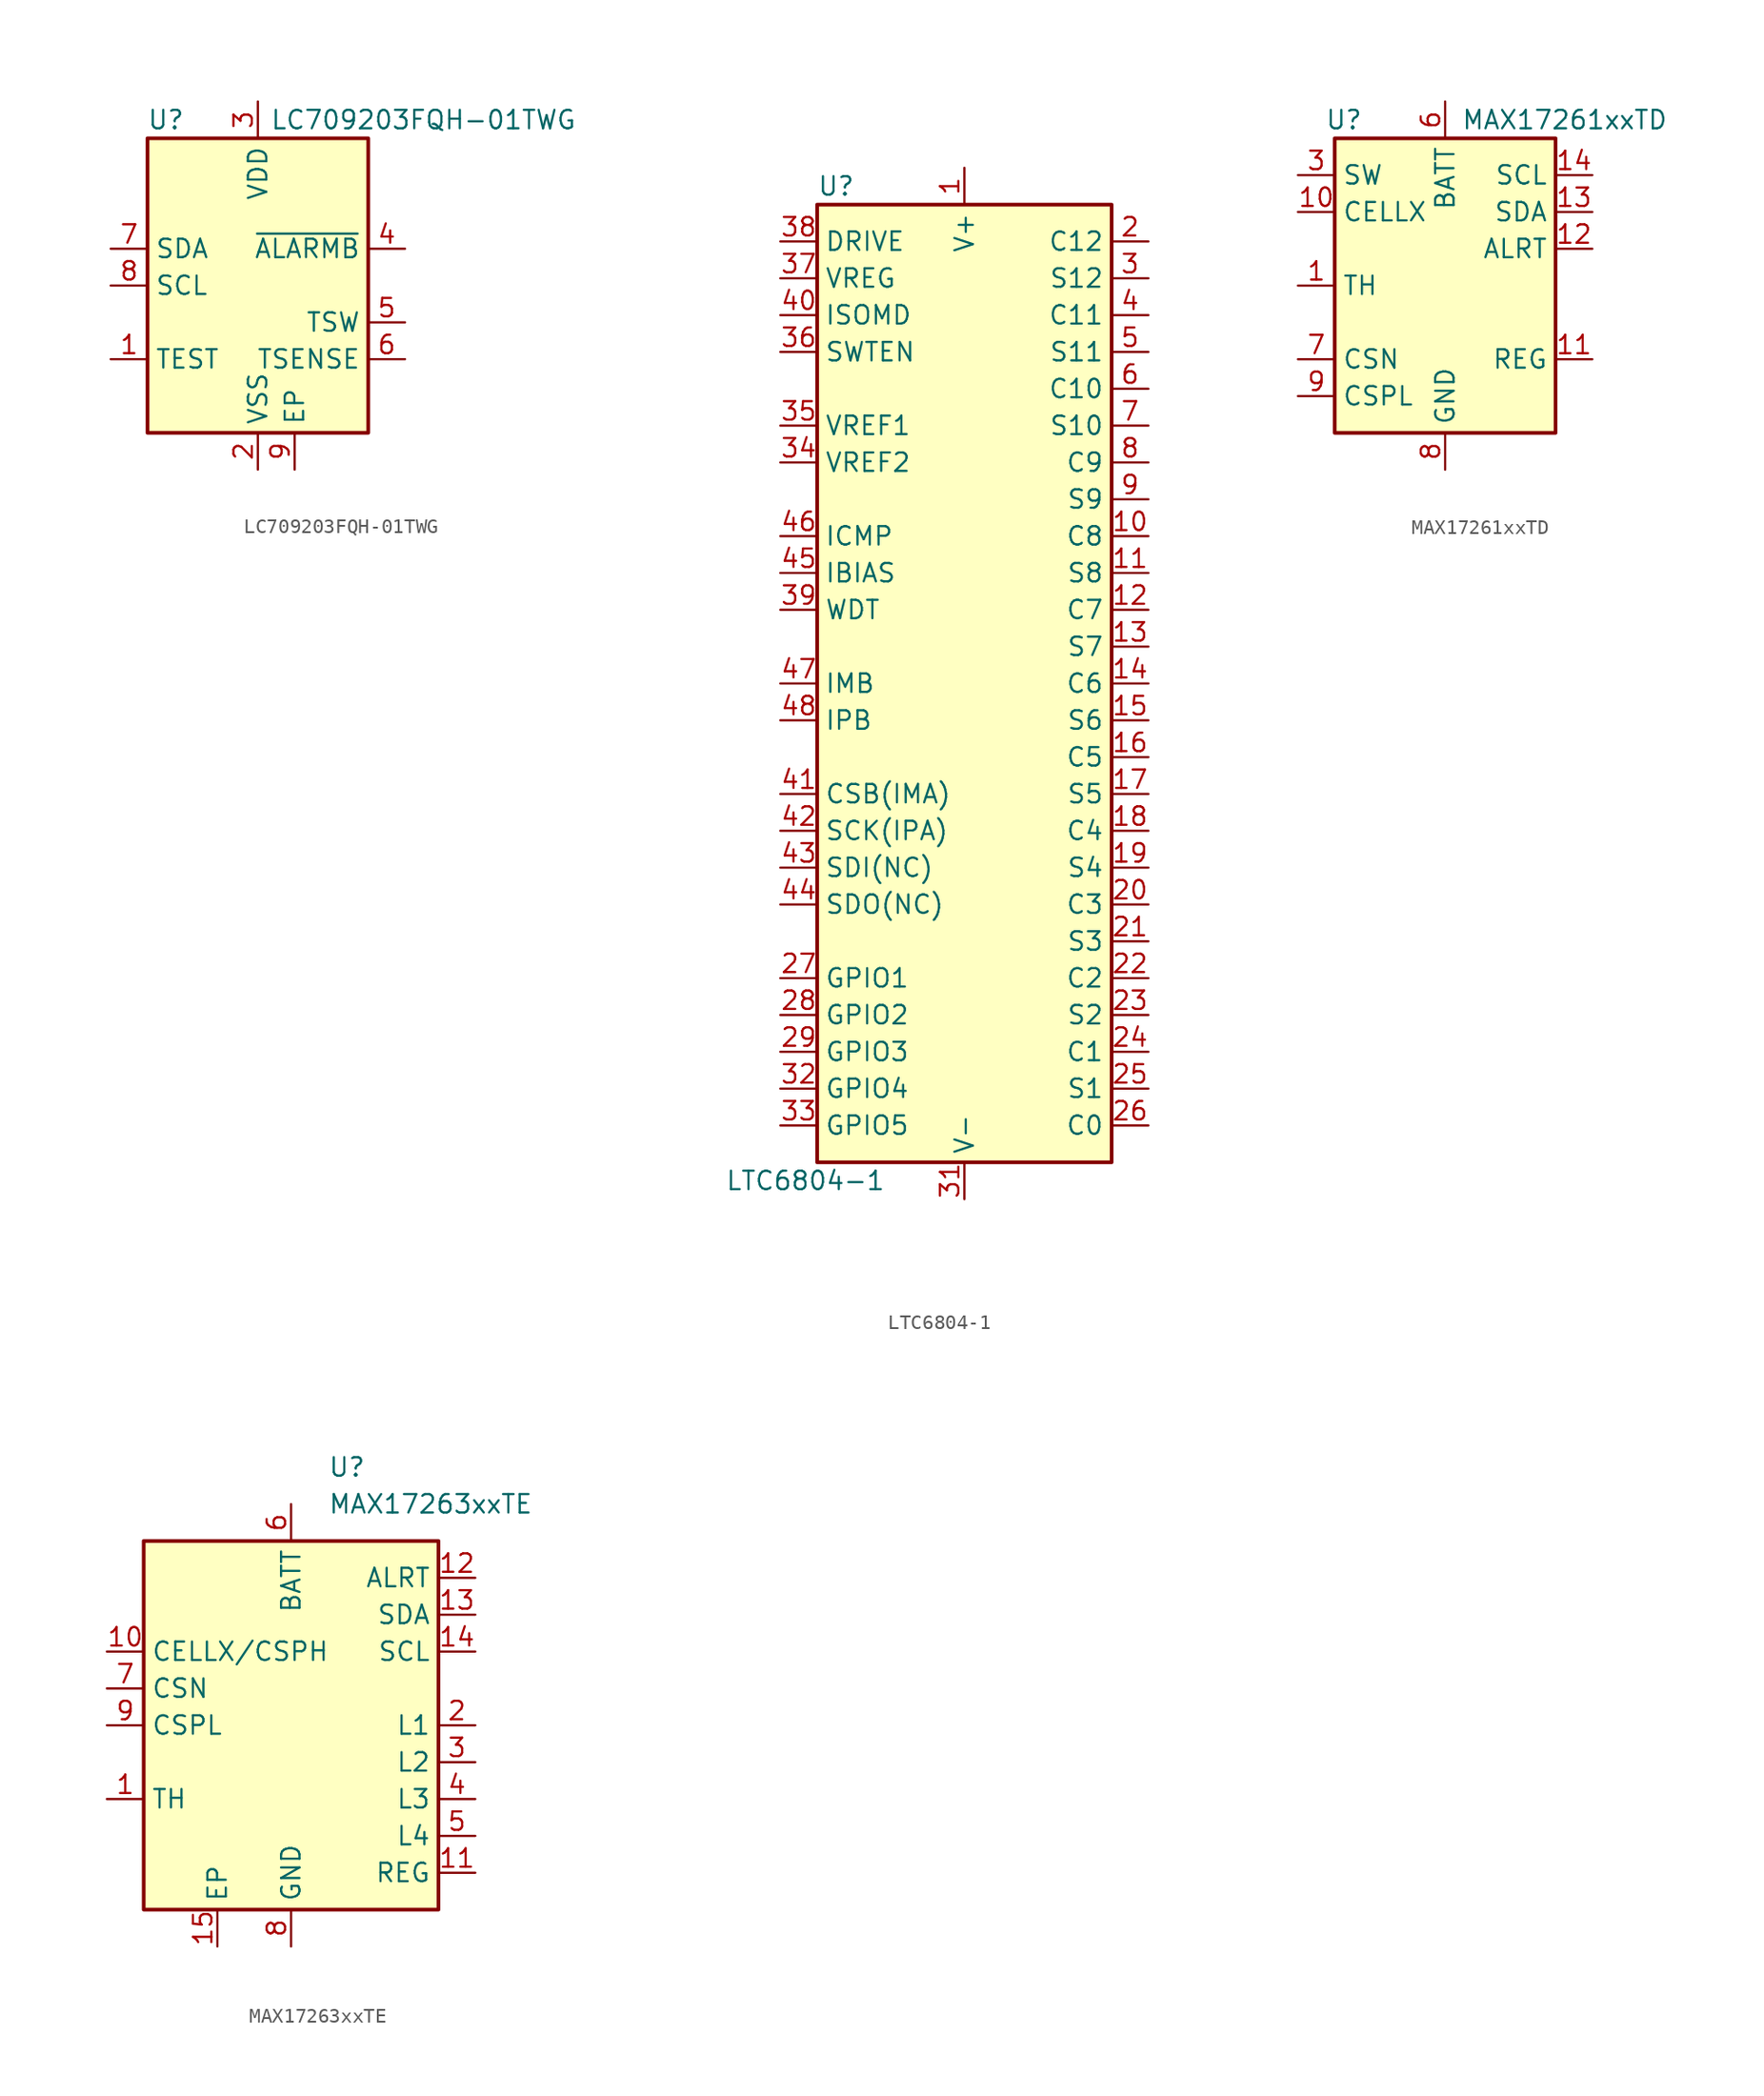
<source format=kicad_sym>
(kicad_symbol_lib
  (version 20201005)
  (generator kicad_symbol_editor)
  (symbol "LC709203FQH-01TWG"
    (property "Reference" "U"
      (at -6.35 11.43 0)
      (effects (font (size 1.27 1.27))))
    (property "Value" "LC709203FQH-01TWG"
      (at 11.43 11.43 0)
      (effects (font (size 1.27 1.27))))
    (symbol "LC709203FQH-01TWG_0_1"
      (rectangle (start -7.62 10.16) (end 7.62 -10.16) (stroke (width 0.254)) (fill (type background))))
    (symbol "LC709203FQH-01TWG_1_1"
      (pin input line (at -10.16 -5.08 0) (length 2.54) (name "TEST" (effects (font (size 1.27 1.27)))) (number "1" (effects (font (size 1.27 1.27)))))
      (pin power_in line (at 0 -12.7 90) (length 2.54) (name "VSS" (effects (font (size 1.27 1.27)))) (number "2" (effects (font (size 1.27 1.27)))))
      (pin power_in line (at 0 12.7 270) (length 2.54) (name "VDD" (effects (font (size 1.27 1.27)))) (number "3" (effects (font (size 1.27 1.27)))))
      (pin open_collector line (at 10.16 2.54 180) (length 2.54) (name "~ALARMB" (effects (font (size 1.27 1.27)))) (number "4" (effects (font (size 1.27 1.27)))))
      (pin output line (at 10.16 -2.54 180) (length 2.54) (name "TSW" (effects (font (size 1.27 1.27)))) (number "5" (effects (font (size 1.27 1.27)))))
      (pin input line (at 10.16 -5.08 180) (length 2.54) (name "TSENSE" (effects (font (size 1.27 1.27)))) (number "6" (effects (font (size 1.27 1.27)))))
      (pin bidirectional line (at -10.16 2.54 0) (length 2.54) (name "SDA" (effects (font (size 1.27 1.27)))) (number "7" (effects (font (size 1.27 1.27)))))
      (pin input line (at -10.16 0 0) (length 2.54) (name "SCL" (effects (font (size 1.27 1.27)))) (number "8" (effects (font (size 1.27 1.27)))))
      (pin passive line (at 2.54 -12.7 90) (length 2.54) (name "EP" (effects (font (size 1.27 1.27)))) (number "9" (effects (font (size 1.27 1.27)))))))
  (symbol "LTC6804-1"
    (property "Reference" "U"
      (at -10.16 34.29 0)
      (effects (font (size 1.27 1.27)) (justify left)))
    (property "Value" "LTC6804-1"
      (at -16.51 -34.29 0)
      (effects (font (size 1.27 1.27)) (justify left)))
    (symbol "LTC6804-1_0_1"
      (rectangle (start 10.16 -33.02) (end -10.16 33.02) (stroke (width 0.254)) (fill (type background))))
    (symbol "LTC6804-1_1_1"
      (pin power_in line (at 0 35.56 270) (length 2.54) (name "V+" (effects (font (size 1.27 1.27)))) (number "1" (effects (font (size 1.27 1.27)))))
      (pin input line (at 12.7 10.16 180) (length 2.54) (name "C8" (effects (font (size 1.27 1.27)))) (number "10" (effects (font (size 1.27 1.27)))))
      (pin bidirectional line (at 12.7 7.62 180) (length 2.54) (name "S8" (effects (font (size 1.27 1.27)))) (number "11" (effects (font (size 1.27 1.27)))))
      (pin input line (at 12.7 5.08 180) (length 2.54) (name "C7" (effects (font (size 1.27 1.27)))) (number "12" (effects (font (size 1.27 1.27)))))
      (pin bidirectional line (at 12.7 2.54 180) (length 2.54) (name "S7" (effects (font (size 1.27 1.27)))) (number "13" (effects (font (size 1.27 1.27)))))
      (pin input line (at 12.7 0 180) (length 2.54) (name "C6" (effects (font (size 1.27 1.27)))) (number "14" (effects (font (size 1.27 1.27)))))
      (pin bidirectional line (at 12.7 -2.54 180) (length 2.54) (name "S6" (effects (font (size 1.27 1.27)))) (number "15" (effects (font (size 1.27 1.27)))))
      (pin input line (at 12.7 -5.08 180) (length 2.54) (name "C5" (effects (font (size 1.27 1.27)))) (number "16" (effects (font (size 1.27 1.27)))))
      (pin bidirectional line (at 12.7 -7.62 180) (length 2.54) (name "S5" (effects (font (size 1.27 1.27)))) (number "17" (effects (font (size 1.27 1.27)))))
      (pin input line (at 12.7 -10.16 180) (length 2.54) (name "C4" (effects (font (size 1.27 1.27)))) (number "18" (effects (font (size 1.27 1.27)))))
      (pin bidirectional line (at 12.7 -12.7 180) (length 2.54) (name "S4" (effects (font (size 1.27 1.27)))) (number "19" (effects (font (size 1.27 1.27)))))
      (pin input line (at 12.7 30.48 180) (length 2.54) (name "C12" (effects (font (size 1.27 1.27)))) (number "2" (effects (font (size 1.27 1.27)))))
      (pin input line (at 12.7 -15.24 180) (length 2.54) (name "C3" (effects (font (size 1.27 1.27)))) (number "20" (effects (font (size 1.27 1.27)))))
      (pin bidirectional line (at 12.7 -17.78 180) (length 2.54) (name "S3" (effects (font (size 1.27 1.27)))) (number "21" (effects (font (size 1.27 1.27)))))
      (pin input line (at 12.7 -20.32 180) (length 2.54) (name "C2" (effects (font (size 1.27 1.27)))) (number "22" (effects (font (size 1.27 1.27)))))
      (pin bidirectional line (at 12.7 -22.86 180) (length 2.54) (name "S2" (effects (font (size 1.27 1.27)))) (number "23" (effects (font (size 1.27 1.27)))))
      (pin input line (at 12.7 -25.4 180) (length 2.54) (name "C1" (effects (font (size 1.27 1.27)))) (number "24" (effects (font (size 1.27 1.27)))))
      (pin bidirectional line (at 12.7 -27.94 180) (length 2.54) (name "S1" (effects (font (size 1.27 1.27)))) (number "25" (effects (font (size 1.27 1.27)))))
      (pin input line (at 12.7 -30.48 180) (length 2.54) (name "C0" (effects (font (size 1.27 1.27)))) (number "26" (effects (font (size 1.27 1.27)))))
      (pin bidirectional line (at -12.7 -20.32 0) (length 2.54) (name "GPIO1" (effects (font (size 1.27 1.27)))) (number "27" (effects (font (size 1.27 1.27)))))
      (pin bidirectional line (at -12.7 -22.86 0) (length 2.54) (name "GPIO2" (effects (font (size 1.27 1.27)))) (number "28" (effects (font (size 1.27 1.27)))))
      (pin bidirectional line (at -12.7 -25.4 0) (length 2.54) (name "GPIO3" (effects (font (size 1.27 1.27)))) (number "29" (effects (font (size 1.27 1.27)))))
      (pin bidirectional line (at 12.7 27.94 180) (length 2.54) (name "S12" (effects (font (size 1.27 1.27)))) (number "3" (effects (font (size 1.27 1.27)))))
      (pin passive line (at 0 -35.56 90) (length 2.54) hide (name "V-" (effects (font (size 1.27 1.27)))) (number "30" (effects (font (size 1.27 1.27)))))
      (pin passive line (at 0 -35.56 90) (length 2.54) (name "V-" (effects (font (size 1.27 1.27)))) (number "31" (effects (font (size 1.27 1.27)))))
      (pin bidirectional line (at -12.7 -27.94 0) (length 2.54) (name "GPIO4" (effects (font (size 1.27 1.27)))) (number "32" (effects (font (size 1.27 1.27)))))
      (pin bidirectional line (at -12.7 -30.48 0) (length 2.54) (name "GPIO5" (effects (font (size 1.27 1.27)))) (number "33" (effects (font (size 1.27 1.27)))))
      (pin output line (at -12.7 15.24 0) (length 2.54) (name "VREF2" (effects (font (size 1.27 1.27)))) (number "34" (effects (font (size 1.27 1.27)))))
      (pin output line (at -12.7 17.78 0) (length 2.54) (name "VREF1" (effects (font (size 1.27 1.27)))) (number "35" (effects (font (size 1.27 1.27)))))
      (pin input line (at -12.7 22.86 0) (length 2.54) (name "SWTEN" (effects (font (size 1.27 1.27)))) (number "36" (effects (font (size 1.27 1.27)))))
      (pin input line (at -12.7 27.94 0) (length 2.54) (name "VREG" (effects (font (size 1.27 1.27)))) (number "37" (effects (font (size 1.27 1.27)))))
      (pin output line (at -12.7 30.48 0) (length 2.54) (name "DRIVE" (effects (font (size 1.27 1.27)))) (number "38" (effects (font (size 1.27 1.27)))))
      (pin output line (at -12.7 5.08 0) (length 2.54) (name "WDT" (effects (font (size 1.27 1.27)))) (number "39" (effects (font (size 1.27 1.27)))))
      (pin input line (at 12.7 25.4 180) (length 2.54) (name "C11" (effects (font (size 1.27 1.27)))) (number "4" (effects (font (size 1.27 1.27)))))
      (pin input line (at -12.7 25.4 0) (length 2.54) (name "ISOMD" (effects (font (size 1.27 1.27)))) (number "40" (effects (font (size 1.27 1.27)))))
      (pin bidirectional line (at -12.7 -7.62 0) (length 2.54) (name "CSB(IMA)" (effects (font (size 1.27 1.27)))) (number "41" (effects (font (size 1.27 1.27)))))
      (pin bidirectional line (at -12.7 -10.16 0) (length 2.54) (name "SCK(IPA)" (effects (font (size 1.27 1.27)))) (number "42" (effects (font (size 1.27 1.27)))))
      (pin input line (at -12.7 -12.7 0) (length 2.54) (name "SDI(NC)" (effects (font (size 1.27 1.27)))) (number "43" (effects (font (size 1.27 1.27)))))
      (pin open_collector line (at -12.7 -15.24 0) (length 2.54) (name "SDO(NC)" (effects (font (size 1.27 1.27)))) (number "44" (effects (font (size 1.27 1.27)))))
      (pin passive line (at -12.7 7.62 0) (length 2.54) (name "IBIAS" (effects (font (size 1.27 1.27)))) (number "45" (effects (font (size 1.27 1.27)))))
      (pin passive line (at -12.7 10.16 0) (length 2.54) (name "ICMP" (effects (font (size 1.27 1.27)))) (number "46" (effects (font (size 1.27 1.27)))))
      (pin bidirectional line (at -12.7 0 0) (length 2.54) (name "IMB" (effects (font (size 1.27 1.27)))) (number "47" (effects (font (size 1.27 1.27)))))
      (pin bidirectional line (at -12.7 -2.54 0) (length 2.54) (name "IPB" (effects (font (size 1.27 1.27)))) (number "48" (effects (font (size 1.27 1.27)))))
      (pin bidirectional line (at 12.7 22.86 180) (length 2.54) (name "S11" (effects (font (size 1.27 1.27)))) (number "5" (effects (font (size 1.27 1.27)))))
      (pin input line (at 12.7 20.32 180) (length 2.54) (name "C10" (effects (font (size 1.27 1.27)))) (number "6" (effects (font (size 1.27 1.27)))))
      (pin bidirectional line (at 12.7 17.78 180) (length 2.54) (name "S10" (effects (font (size 1.27 1.27)))) (number "7" (effects (font (size 1.27 1.27)))))
      (pin input line (at 12.7 15.24 180) (length 2.54) (name "C9" (effects (font (size 1.27 1.27)))) (number "8" (effects (font (size 1.27 1.27)))))
      (pin bidirectional line (at 12.7 12.7 180) (length 2.54) (name "S9" (effects (font (size 1.27 1.27)))) (number "9" (effects (font (size 1.27 1.27)))))))
  (symbol "MAX17261xxTD"
    (property "Reference" "U"
      (at -6.985 11.43 0)
      (effects (font (size 1.27 1.27))))
    (property "Value" "MAX17261xxTD"
      (at 8.255 11.43 0)
      (effects (font (size 1.27 1.27))))
    (symbol "MAX17261xxTD_0_1"
      (rectangle (start -7.62 10.16) (end 7.62 -10.16) (stroke (width 0.254)) (fill (type background))))
    (symbol "MAX17261xxTD_1_1"
      (pin passive line (at -10.16 0 0) (length 2.54) (name "TH" (effects (font (size 1.27 1.27)))) (number "1" (effects (font (size 1.27 1.27)))))
      (pin input line (at -10.16 5.08 0) (length 2.54) (name "CELLX" (effects (font (size 1.27 1.27)))) (number "10" (effects (font (size 1.27 1.27)))))
      (pin power_out line (at 10.16 -5.08 180) (length 2.54) (name "REG" (effects (font (size 1.27 1.27)))) (number "11" (effects (font (size 1.27 1.27)))))
      (pin open_collector line (at 10.16 2.54 180) (length 2.54) (name "ALRT" (effects (font (size 1.27 1.27)))) (number "12" (effects (font (size 1.27 1.27)))))
      (pin bidirectional line (at 10.16 5.08 180) (length 2.54) (name "SDA" (effects (font (size 1.27 1.27)))) (number "13" (effects (font (size 1.27 1.27)))))
      (pin input line (at 10.16 7.62 180) (length 2.54) (name "SCL" (effects (font (size 1.27 1.27)))) (number "14" (effects (font (size 1.27 1.27)))))
      (pin passive line (at 0 -12.7 90) (length 2.54) hide (name "GND" (effects (font (size 1.27 1.27)))) (number "15" (effects (font (size 1.27 1.27)))))
      (pin no_connect line (at 2.54 -10.16 90) (length 2.54) hide (name "NC" (effects (font (size 1.27 1.27)))) (number "2" (effects (font (size 1.27 1.27)))))
      (pin output line (at -10.16 7.62 0) (length 2.54) (name "SW" (effects (font (size 1.27 1.27)))) (number "3" (effects (font (size 1.27 1.27)))))
      (pin no_connect line (at -2.54 -10.16 90) (length 2.54) hide (name "NC" (effects (font (size 1.27 1.27)))) (number "4" (effects (font (size 1.27 1.27)))))
      (pin no_connect line (at 5.08 -10.16 90) (length 2.54) hide (name "NC" (effects (font (size 1.27 1.27)))) (number "5" (effects (font (size 1.27 1.27)))))
      (pin power_in line (at 0 12.7 270) (length 2.54) (name "BATT" (effects (font (size 1.27 1.27)))) (number "6" (effects (font (size 1.27 1.27)))))
      (pin passive line (at -10.16 -5.08 0) (length 2.54) (name "CSN" (effects (font (size 1.27 1.27)))) (number "7" (effects (font (size 1.27 1.27)))))
      (pin power_in line (at 0 -12.7 90) (length 2.54) (name "GND" (effects (font (size 1.27 1.27)))) (number "8" (effects (font (size 1.27 1.27)))))
      (pin passive line (at -10.16 -7.62 0) (length 2.54) (name "CSPL" (effects (font (size 1.27 1.27)))) (number "9" (effects (font (size 1.27 1.27)))))))
  (symbol "MAX17263xxTE"
    (property "Reference" "U"
      (at 2.54 17.78 0)
      (effects (font (size 1.27 1.27)) (justify left)))
    (property "Value" "MAX17263xxTE"
      (at 2.54 15.24 0)
      (effects (font (size 1.27 1.27)) (justify left)))
    (symbol "MAX17263xxTE_0_1"
      (rectangle (start -10.16 12.7) (end 10.16 -12.7) (stroke (width 0.254)) (fill (type background))))
    (symbol "MAX17263xxTE_1_1"
      (pin passive line (at -12.7 -5.08 0) (length 2.54) (name "TH" (effects (font (size 1.27 1.27)))) (number "1" (effects (font (size 1.27 1.27)))))
      (pin input line (at -12.7 5.08 0) (length 2.54) (name "CELLX/CSPH" (effects (font (size 1.27 1.27)))) (number "10" (effects (font (size 1.27 1.27)))))
      (pin power_out line (at 12.7 -10.16 180) (length 2.54) (name "REG" (effects (font (size 1.27 1.27)))) (number "11" (effects (font (size 1.27 1.27)))))
      (pin open_emitter line (at 12.7 10.16 180) (length 2.54) (name "ALRT" (effects (font (size 1.27 1.27)))) (number "12" (effects (font (size 1.27 1.27)))))
      (pin bidirectional line (at 12.7 7.62 180) (length 2.54) (name "SDA" (effects (font (size 1.27 1.27)))) (number "13" (effects (font (size 1.27 1.27)))))
      (pin input line (at 12.7 5.08 180) (length 2.54) (name "SCL" (effects (font (size 1.27 1.27)))) (number "14" (effects (font (size 1.27 1.27)))))
      (pin passive line (at -5.08 -15.24 90) (length 2.54) (name "EP" (effects (font (size 1.27 1.27)))) (number "15" (effects (font (size 1.27 1.27)))))
      (pin bidirectional line (at 12.7 0 180) (length 2.54) (name "L1" (effects (font (size 1.27 1.27)))) (number "2" (effects (font (size 1.27 1.27)))))
      (pin output line (at 12.7 -2.54 180) (length 2.54) (name "L2" (effects (font (size 1.27 1.27)))) (number "3" (effects (font (size 1.27 1.27)))))
      (pin output line (at 12.7 -5.08 180) (length 2.54) (name "L3" (effects (font (size 1.27 1.27)))) (number "4" (effects (font (size 1.27 1.27)))))
      (pin output line (at 12.7 -7.62 180) (length 2.54) (name "L4" (effects (font (size 1.27 1.27)))) (number "5" (effects (font (size 1.27 1.27)))))
      (pin power_in line (at 0 15.24 270) (length 2.54) (name "BATT" (effects (font (size 1.27 1.27)))) (number "6" (effects (font (size 1.27 1.27)))))
      (pin input line (at -12.7 2.54 0) (length 2.54) (name "CSN" (effects (font (size 1.27 1.27)))) (number "7" (effects (font (size 1.27 1.27)))))
      (pin power_in line (at 0 -15.24 90) (length 2.54) (name "GND" (effects (font (size 1.27 1.27)))) (number "8" (effects (font (size 1.27 1.27)))))
      (pin input line (at -12.7 0 0) (length 2.54) (name "CSPL" (effects (font (size 1.27 1.27)))) (number "9" (effects (font (size 1.27 1.27))))))))
</source>
